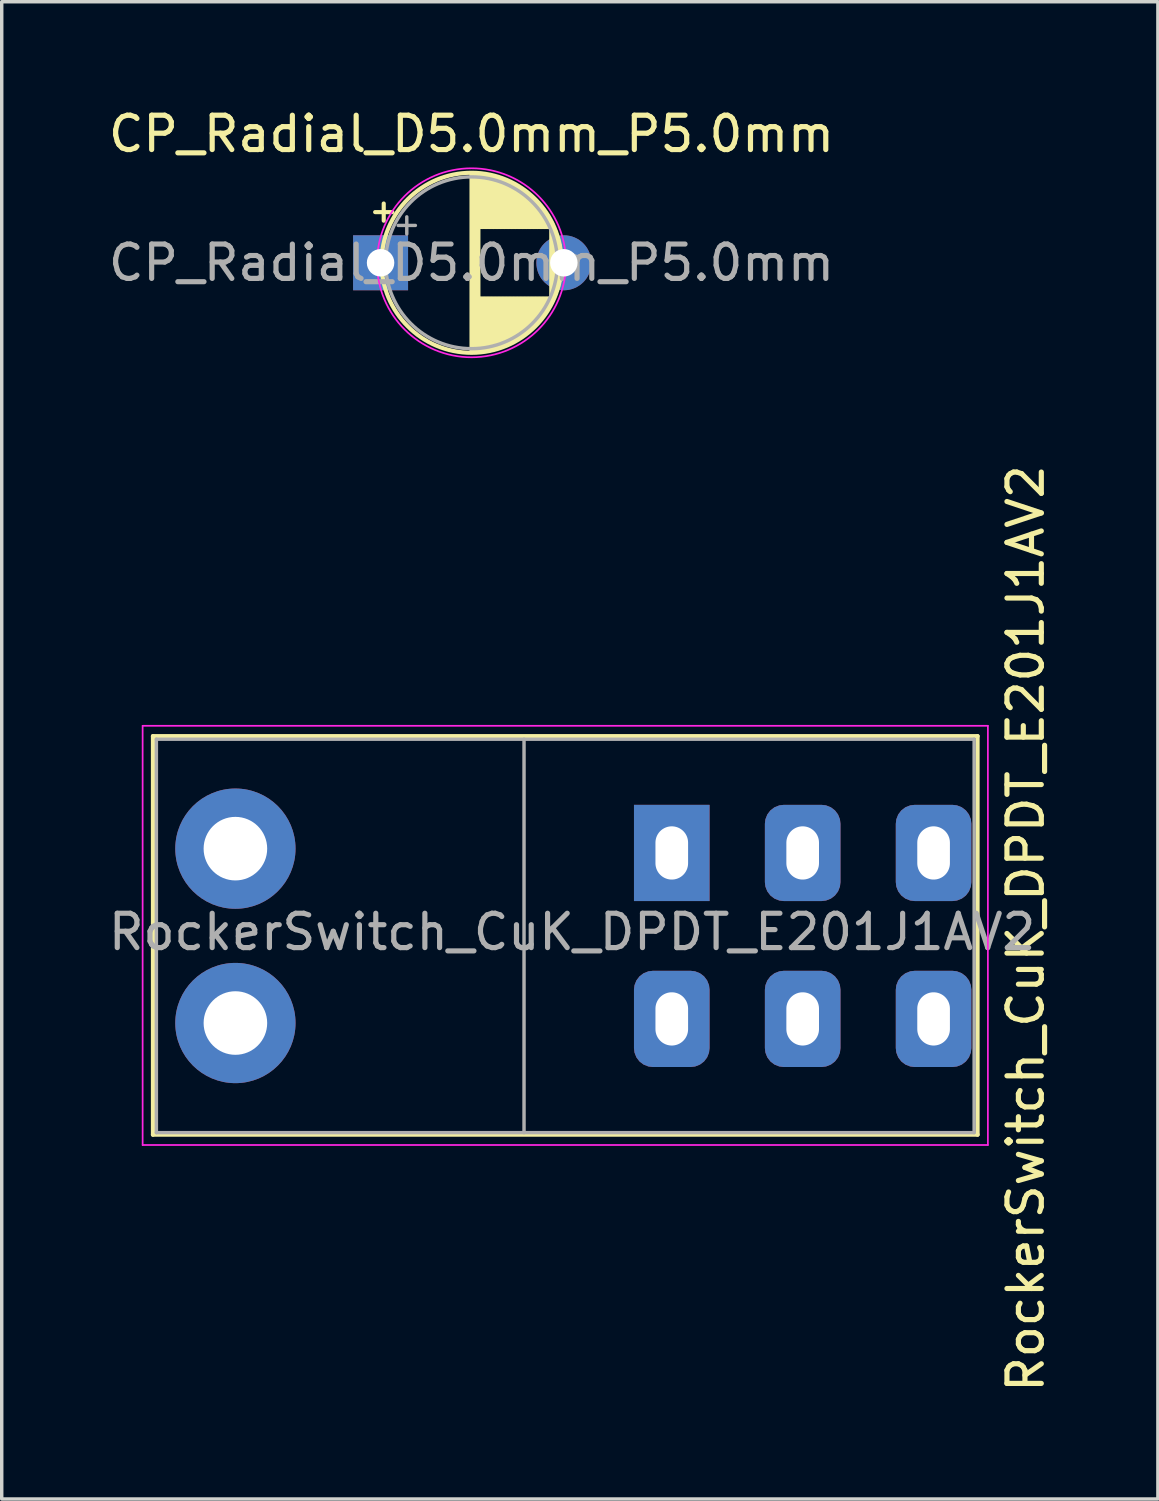
<source format=kicad_pcb>
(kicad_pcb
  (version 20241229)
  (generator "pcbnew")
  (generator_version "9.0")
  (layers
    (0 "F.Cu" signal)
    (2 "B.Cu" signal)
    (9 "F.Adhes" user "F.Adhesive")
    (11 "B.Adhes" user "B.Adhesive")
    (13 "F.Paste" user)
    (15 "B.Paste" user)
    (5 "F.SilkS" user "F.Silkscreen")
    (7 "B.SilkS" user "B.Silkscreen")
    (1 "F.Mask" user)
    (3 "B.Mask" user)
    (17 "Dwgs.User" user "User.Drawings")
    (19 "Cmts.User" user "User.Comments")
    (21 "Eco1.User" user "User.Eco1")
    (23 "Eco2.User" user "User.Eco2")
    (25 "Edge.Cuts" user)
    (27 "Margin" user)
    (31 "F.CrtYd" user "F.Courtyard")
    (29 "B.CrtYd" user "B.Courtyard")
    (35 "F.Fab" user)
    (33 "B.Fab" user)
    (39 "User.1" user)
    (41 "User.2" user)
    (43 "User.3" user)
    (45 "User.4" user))
  (footprint "CP_Radial_D5.0mm_P5.0mm"
    (layer "F.Cu")
    (at 8.053 4.598)
    (property "Reference" "CP_Radial_D5.0mm_P5.0mm" (at 2.62 -3.75 0) (layer "F.SilkS") (effects (font (size 1 1) (thickness 0.15))))
    (attr through_hole)
    (fp_line (start -0.185 -1.475) (end 0.315 -1.475) (stroke (width 0.12) (type solid)) (layer "F.SilkS"))
    (fp_line (start 0.065 -1.725) (end 0.065 -1.225) (stroke (width 0.12) (type solid)) (layer "F.SilkS"))
    (fp_line (start 2.62 -2.58) (end 2.62 2.58) (stroke (width 0.12) (type solid)) (layer "F.SilkS"))
    (fp_line (start 2.66 -2.58) (end 2.66 2.58) (stroke (width 0.12) (type solid)) (layer "F.SilkS"))
    (fp_line (start 2.7 -2.579) (end 2.7 2.579) (stroke (width 0.12) (type solid)) (layer "F.SilkS"))
    (fp_line (start 2.74 -2.578) (end 2.74 2.578) (stroke (width 0.12) (type solid)) (layer "F.SilkS"))
    (fp_line (start 2.78 -2.576) (end 2.78 2.576) (stroke (width 0.12) (type solid)) (layer "F.SilkS"))
    (fp_line (start 2.82 -2.573) (end 2.82 2.573) (stroke (width 0.12) (type solid)) (layer "F.SilkS"))
    (fp_line (start 2.86 -2.569) (end 2.86 -1.04) (stroke (width 0.12) (type solid)) (layer "F.SilkS"))
    (fp_line (start 2.86 1.04) (end 2.86 2.569) (stroke (width 0.12) (type solid)) (layer "F.SilkS"))
    (fp_line (start 2.9 -2.565) (end 2.9 -1.04) (stroke (width 0.12) (type solid)) (layer "F.SilkS"))
    (fp_line (start 2.9 1.04) (end 2.9 2.565) (stroke (width 0.12) (type solid)) (layer "F.SilkS"))
    (fp_line (start 2.94 -2.561) (end 2.94 -1.04) (stroke (width 0.12) (type solid)) (layer "F.SilkS"))
    (fp_line (start 2.94 1.04) (end 2.94 2.561) (stroke (width 0.12) (type solid)) (layer "F.SilkS"))
    (fp_line (start 2.98 -2.556) (end 2.98 -1.04) (stroke (width 0.12) (type solid)) (layer "F.SilkS"))
    (fp_line (start 2.98 1.04) (end 2.98 2.556) (stroke (width 0.12) (type solid)) (layer "F.SilkS"))
    (fp_line (start 3.02 -2.55) (end 3.02 -1.04) (stroke (width 0.12) (type solid)) (layer "F.SilkS"))
    (fp_line (start 3.02 1.04) (end 3.02 2.55) (stroke (width 0.12) (type solid)) (layer "F.SilkS"))
    (fp_line (start 3.06 -2.543) (end 3.06 -1.04) (stroke (width 0.12) (type solid)) (layer "F.SilkS"))
    (fp_line (start 3.06 1.04) (end 3.06 2.543) (stroke (width 0.12) (type solid)) (layer "F.SilkS"))
    (fp_line (start 3.1 -2.536) (end 3.1 -1.04) (stroke (width 0.12) (type solid)) (layer "F.SilkS"))
    (fp_line (start 3.1 1.04) (end 3.1 2.536) (stroke (width 0.12) (type solid)) (layer "F.SilkS"))
    (fp_line (start 3.14 -2.528) (end 3.14 -1.04) (stroke (width 0.12) (type solid)) (layer "F.SilkS"))
    (fp_line (start 3.14 1.04) (end 3.14 2.528) (stroke (width 0.12) (type solid)) (layer "F.SilkS"))
    (fp_line (start 3.18 -2.52) (end 3.18 -1.04) (stroke (width 0.12) (type solid)) (layer "F.SilkS"))
    (fp_line (start 3.18 1.04) (end 3.18 2.52) (stroke (width 0.12) (type solid)) (layer "F.SilkS"))
    (fp_line (start 3.22 -2.511) (end 3.22 -1.04) (stroke (width 0.12) (type solid)) (layer "F.SilkS"))
    (fp_line (start 3.22 1.04) (end 3.22 2.511) (stroke (width 0.12) (type solid)) (layer "F.SilkS"))
    (fp_line (start 3.26 -2.501) (end 3.26 -1.04) (stroke (width 0.12) (type solid)) (layer "F.SilkS"))
    (fp_line (start 3.26 1.04) (end 3.26 2.501) (stroke (width 0.12) (type solid)) (layer "F.SilkS"))
    (fp_line (start 3.3 -2.491) (end 3.3 -1.04) (stroke (width 0.12) (type solid)) (layer "F.SilkS"))
    (fp_line (start 3.3 1.04) (end 3.3 2.491) (stroke (width 0.12) (type solid)) (layer "F.SilkS"))
    (fp_line (start 3.341 -2.48) (end 3.341 -1.04) (stroke (width 0.12) (type solid)) (layer "F.SilkS"))
    (fp_line (start 3.341 1.04) (end 3.341 2.48) (stroke (width 0.12) (type solid)) (layer "F.SilkS"))
    (fp_line (start 3.381 -2.468) (end 3.381 -1.04) (stroke (width 0.12) (type solid)) (layer "F.SilkS"))
    (fp_line (start 3.381 1.04) (end 3.381 2.468) (stroke (width 0.12) (type solid)) (layer "F.SilkS"))
    (fp_line (start 3.421 -2.455) (end 3.421 -1.04) (stroke (width 0.12) (type solid)) (layer "F.SilkS"))
    (fp_line (start 3.421 1.04) (end 3.421 2.455) (stroke (width 0.12) (type solid)) (layer "F.SilkS"))
    (fp_line (start 3.461 -2.442) (end 3.461 -1.04) (stroke (width 0.12) (type solid)) (layer "F.SilkS"))
    (fp_line (start 3.461 1.04) (end 3.461 2.442) (stroke (width 0.12) (type solid)) (layer "F.SilkS"))
    (fp_line (start 3.501 -2.428) (end 3.501 -1.04) (stroke (width 0.12) (type solid)) (layer "F.SilkS"))
    (fp_line (start 3.501 1.04) (end 3.501 2.428) (stroke (width 0.12) (type solid)) (layer "F.SilkS"))
    (fp_line (start 3.541 -2.414) (end 3.541 -1.04) (stroke (width 0.12) (type solid)) (layer "F.SilkS"))
    (fp_line (start 3.541 1.04) (end 3.541 2.414) (stroke (width 0.12) (type solid)) (layer "F.SilkS"))
    (fp_line (start 3.581 -2.398) (end 3.581 -1.04) (stroke (width 0.12) (type solid)) (layer "F.SilkS"))
    (fp_line (start 3.581 1.04) (end 3.581 2.398) (stroke (width 0.12) (type solid)) (layer "F.SilkS"))
    (fp_line (start 3.621 -2.382) (end 3.621 -1.04) (stroke (width 0.12) (type solid)) (layer "F.SilkS"))
    (fp_line (start 3.621 1.04) (end 3.621 2.382) (stroke (width 0.12) (type solid)) (layer "F.SilkS"))
    (fp_line (start 3.661 -2.365) (end 3.661 -1.04) (stroke (width 0.12) (type solid)) (layer "F.SilkS"))
    (fp_line (start 3.661 1.04) (end 3.661 2.365) (stroke (width 0.12) (type solid)) (layer "F.SilkS"))
    (fp_line (start 3.701 -2.348) (end 3.701 -1.04) (stroke (width 0.12) (type solid)) (layer "F.SilkS"))
    (fp_line (start 3.701 1.04) (end 3.701 2.348) (stroke (width 0.12) (type solid)) (layer "F.SilkS"))
    (fp_line (start 3.741 -2.329) (end 3.741 -1.04) (stroke (width 0.12) (type solid)) (layer "F.SilkS"))
    (fp_line (start 3.741 1.04) (end 3.741 2.329) (stroke (width 0.12) (type solid)) (layer "F.SilkS"))
    (fp_line (start 3.781 -2.31) (end 3.781 -1.04) (stroke (width 0.12) (type solid)) (layer "F.SilkS"))
    (fp_line (start 3.781 1.04) (end 3.781 2.31) (stroke (width 0.12) (type solid)) (layer "F.SilkS"))
    (fp_line (start 3.821 -2.29) (end 3.821 -1.04) (stroke (width 0.12) (type solid)) (layer "F.SilkS"))
    (fp_line (start 3.821 1.04) (end 3.821 2.29) (stroke (width 0.12) (type solid)) (layer "F.SilkS"))
    (fp_line (start 3.861 -2.268) (end 3.861 -1.04) (stroke (width 0.12) (type solid)) (layer "F.SilkS"))
    (fp_line (start 3.861 1.04) (end 3.861 2.268) (stroke (width 0.12) (type solid)) (layer "F.SilkS"))
    (fp_line (start 3.901 -2.247) (end 3.901 -1.04) (stroke (width 0.12) (type solid)) (layer "F.SilkS"))
    (fp_line (start 3.901 1.04) (end 3.901 2.247) (stroke (width 0.12) (type solid)) (layer "F.SilkS"))
    (fp_line (start 3.941 -2.224) (end 3.941 -1.04) (stroke (width 0.12) (type solid)) (layer "F.SilkS"))
    (fp_line (start 3.941 1.04) (end 3.941 2.224) (stroke (width 0.12) (type solid)) (layer "F.SilkS"))
    (fp_line (start 3.981 -2.2) (end 3.981 -1.04) (stroke (width 0.12) (type solid)) (layer "F.SilkS"))
    (fp_line (start 3.981 1.04) (end 3.981 2.2) (stroke (width 0.12) (type solid)) (layer "F.SilkS"))
    (fp_line (start 4.021 -2.175) (end 4.021 -1.04) (stroke (width 0.12) (type solid)) (layer "F.SilkS"))
    (fp_line (start 4.021 1.04) (end 4.021 2.175) (stroke (width 0.12) (type solid)) (layer "F.SilkS"))
    (fp_line (start 4.061 -2.149) (end 4.061 -1.04) (stroke (width 0.12) (type solid)) (layer "F.SilkS"))
    (fp_line (start 4.061 1.04) (end 4.061 2.149) (stroke (width 0.12) (type solid)) (layer "F.SilkS"))
    (fp_line (start 4.101 -2.122) (end 4.101 -1.04) (stroke (width 0.12) (type solid)) (layer "F.SilkS"))
    (fp_line (start 4.101 1.04) (end 4.101 2.122) (stroke (width 0.12) (type solid)) (layer "F.SilkS"))
    (fp_line (start 4.141 -2.095) (end 4.141 -1.04) (stroke (width 0.12) (type solid)) (layer "F.SilkS"))
    (fp_line (start 4.141 1.04) (end 4.141 2.095) (stroke (width 0.12) (type solid)) (layer "F.SilkS"))
    (fp_line (start 4.181 -2.065) (end 4.181 -1.04) (stroke (width 0.12) (type solid)) (layer "F.SilkS"))
    (fp_line (start 4.181 1.04) (end 4.181 2.065) (stroke (width 0.12) (type solid)) (layer "F.SilkS"))
    (fp_line (start 4.221 -2.035) (end 4.221 -1.04) (stroke (width 0.12) (type solid)) (layer "F.SilkS"))
    (fp_line (start 4.221 1.04) (end 4.221 2.035) (stroke (width 0.12) (type solid)) (layer "F.SilkS"))
    (fp_line (start 4.261 -2.004) (end 4.261 -1.04) (stroke (width 0.12) (type solid)) (layer "F.SilkS"))
    (fp_line (start 4.261 1.04) (end 4.261 2.004) (stroke (width 0.12) (type solid)) (layer "F.SilkS"))
    (fp_line (start 4.301 -1.971) (end 4.301 -1.04) (stroke (width 0.12) (type solid)) (layer "F.SilkS"))
    (fp_line (start 4.301 1.04) (end 4.301 1.971) (stroke (width 0.12) (type solid)) (layer "F.SilkS"))
    (fp_line (start 4.341 -1.937) (end 4.341 -1.04) (stroke (width 0.12) (type solid)) (layer "F.SilkS"))
    (fp_line (start 4.341 1.04) (end 4.341 1.937) (stroke (width 0.12) (type solid)) (layer "F.SilkS"))
    (fp_line (start 4.381 -1.901) (end 4.381 -1.04) (stroke (width 0.12) (type solid)) (layer "F.SilkS"))
    (fp_line (start 4.381 1.04) (end 4.381 1.901) (stroke (width 0.12) (type solid)) (layer "F.SilkS"))
    (fp_line (start 4.421 -1.864) (end 4.421 -1.04) (stroke (width 0.12) (type solid)) (layer "F.SilkS"))
    (fp_line (start 4.421 1.04) (end 4.421 1.864) (stroke (width 0.12) (type solid)) (layer "F.SilkS"))
    (fp_line (start 4.461 -1.826) (end 4.461 -1.04) (stroke (width 0.12) (type solid)) (layer "F.SilkS"))
    (fp_line (start 4.461 1.04) (end 4.461 1.826) (stroke (width 0.12) (type solid)) (layer "F.SilkS"))
    (fp_line (start 4.501 -1.785) (end 4.501 -1.04) (stroke (width 0.12) (type solid)) (layer "F.SilkS"))
    (fp_line (start 4.501 1.04) (end 4.501 1.785) (stroke (width 0.12) (type solid)) (layer "F.SilkS"))
    (fp_line (start 4.541 -1.743) (end 4.541 -1.04) (stroke (width 0.12) (type solid)) (layer "F.SilkS"))
    (fp_line (start 4.541 1.04) (end 4.541 1.743) (stroke (width 0.12) (type solid)) (layer "F.SilkS"))
    (fp_line (start 4.581 -1.699) (end 4.581 -1.04) (stroke (width 0.12) (type solid)) (layer "F.SilkS"))
    (fp_line (start 4.581 1.04) (end 4.581 1.699) (stroke (width 0.12) (type solid)) (layer "F.SilkS"))
    (fp_line (start 4.621 -1.653) (end 4.621 -1.04) (stroke (width 0.12) (type solid)) (layer "F.SilkS"))
    (fp_line (start 4.621 1.04) (end 4.621 1.653) (stroke (width 0.12) (type solid)) (layer "F.SilkS"))
    (fp_line (start 4.661 -1.605) (end 4.661 -1.04) (stroke (width 0.12) (type solid)) (layer "F.SilkS"))
    (fp_line (start 4.661 1.04) (end 4.661 1.605) (stroke (width 0.12) (type solid)) (layer "F.SilkS"))
    (fp_line (start 4.701 -1.554) (end 4.701 -1.04) (stroke (width 0.12) (type solid)) (layer "F.SilkS"))
    (fp_line (start 4.701 1.04) (end 4.701 1.554) (stroke (width 0.12) (type solid)) (layer "F.SilkS"))
    (fp_line (start 4.741 -1.5) (end 4.741 -1.04) (stroke (width 0.12) (type solid)) (layer "F.SilkS"))
    (fp_line (start 4.741 1.04) (end 4.741 1.5) (stroke (width 0.12) (type solid)) (layer "F.SilkS"))
    (fp_line (start 4.781 -1.443) (end 4.781 -1.04) (stroke (width 0.12) (type solid)) (layer "F.SilkS"))
    (fp_line (start 4.781 1.04) (end 4.781 1.443) (stroke (width 0.12) (type solid)) (layer "F.SilkS"))
    (fp_line (start 4.821 -1.383) (end 4.821 -1.04) (stroke (width 0.12) (type solid)) (layer "F.SilkS"))
    (fp_line (start 4.821 1.04) (end 4.821 1.383) (stroke (width 0.12) (type solid)) (layer "F.SilkS"))
    (fp_line (start 4.861 -1.319) (end 4.861 -1.04) (stroke (width 0.12) (type solid)) (layer "F.SilkS"))
    (fp_line (start 4.861 1.04) (end 4.861 1.319) (stroke (width 0.12) (type solid)) (layer "F.SilkS"))
    (fp_line (start 4.901 -1.251) (end 4.901 -1.04) (stroke (width 0.12) (type solid)) (layer "F.SilkS"))
    (fp_line (start 4.901 1.04) (end 4.901 1.251) (stroke (width 0.12) (type solid)) (layer "F.SilkS"))
    (fp_line (start 4.941 -1.178) (end 4.941 1.178) (stroke (width 0.12) (type solid)) (layer "F.SilkS"))
    (fp_line (start 4.981 -1.098) (end 4.981 1.098) (stroke (width 0.12) (type solid)) (layer "F.SilkS"))
    (fp_line (start 5.021 -1.011) (end 5.021 1.011) (stroke (width 0.12) (type solid)) (layer "F.SilkS"))
    (fp_line (start 5.061 -0.915) (end 5.061 0.915) (stroke (width 0.12) (type solid)) (layer "F.SilkS"))
    (fp_line (start 5.101 -0.805) (end 5.101 0.805) (stroke (width 0.12) (type solid)) (layer "F.SilkS"))
    (fp_line (start 5.141 -0.677) (end 5.141 0.677) (stroke (width 0.12) (type solid)) (layer "F.SilkS"))
    (fp_line (start 5.181 -0.518) (end 5.181 0.518) (stroke (width 0.12) (type solid)) (layer "F.SilkS"))
    (fp_line (start 5.221 -0.284) (end 5.221 0.284) (stroke (width 0.12) (type solid)) (layer "F.SilkS"))
    (fp_circle (center 2.62 0) (end 5.24 0) (stroke (width 0.12) (type solid)) (fill no) (layer "F.SilkS"))
    (fp_circle (center 2.62 0) (end 5.37 0) (stroke (width 0.05) (type solid)) (fill no) (layer "F.CrtYd"))
    (fp_line (start 0.486 -1.087) (end 0.986 -1.087) (stroke (width 0.1) (type solid)) (layer "F.Fab"))
    (fp_line (start 0.736 -1.337) (end 0.736 -0.838) (stroke (width 0.1) (type solid)) (layer "F.Fab"))
    (fp_circle (center 2.62 0) (end 5.12 0) (stroke (width 0.1) (type solid)) (fill no) (layer "F.Fab"))
    (fp_text user "${REFERENCE}" (at 2.62 0 0) (layer "F.Fab") (effects (font (size 1 1) (thickness 0.15))))
    (pad "1" thru_hole rect (at -0.027 0) (size 1.6 1.6) (drill 0.8) (layers "*.Cu" "*.Mask"))
    (pad "2" thru_hole circle (at 5.307 0) (size 1.6 1.6) (drill 0.8) (layers "*.Cu" "*.Mask")))
  (footprint "RockerSwitch_CuK_DPDT_E201J1AV2"
    (layer "F.Cu")
    (at 16.501 21.774)
    (property "Reference" "RockerSwitch_CuK_DPDT_E201J1AV2" (at 10.3 2.2 90) (layer "F.SilkS") (effects (font (size 1 1) (thickness 0.15))))
    (attr through_hole)
    (fp_line (start -15.1 -3.4) (end 8.9 -3.4) (stroke (width 0.12) (type solid)) (layer "F.SilkS"))
    (fp_line (start -15.1 8.2) (end -15.1 -3.4) (stroke (width 0.12) (type solid)) (layer "F.SilkS"))
    (fp_line (start 8.9 -3.4) (end 8.9 8.2) (stroke (width 0.12) (type solid)) (layer "F.SilkS"))
    (fp_line (start 8.9 8.2) (end -15.1 8.2) (stroke (width 0.12) (type solid)) (layer "F.SilkS"))
    (fp_line (start -15.4 -3.7) (end 9.2 -3.7) (stroke (width 0.05) (type solid)) (layer "F.CrtYd"))
    (fp_line (start -15.4 8.5) (end -15.4 -3.7) (stroke (width 0.05) (type solid)) (layer "F.CrtYd"))
    (fp_line (start 9.2 -3.7) (end 9.2 8.5) (stroke (width 0.05) (type solid)) (layer "F.CrtYd"))
    (fp_line (start 9.2 8.5) (end -15.4 8.5) (stroke (width 0.05) (type solid)) (layer "F.CrtYd"))
    (fp_line (start -15 -3.31) (end -15 8.14) (stroke (width 0.1) (type solid)) (layer "F.Fab"))
    (fp_line (start -15 -3.31) (end 8.8 -3.31) (stroke (width 0.1) (type solid)) (layer "F.Fab"))
    (fp_line (start -15 8.14) (end 8.8 8.14) (stroke (width 0.1) (type solid)) (layer "F.Fab"))
    (fp_line (start -4.3 -3.31) (end -4.3 8.14) (stroke (width 0.1) (type solid)) (layer "F.Fab"))
    (fp_line (start 8.8 -3.31) (end 8.8 8.14) (stroke (width 0.1) (type solid)) (layer "F.Fab"))
    (fp_text user "${REFERENCE}" (at -2.9 2.3 0) (layer "F.Fab") (effects (font (size 1 1) (thickness 0.15))))
    (pad "" thru_hole circle (at -12.7 -0.125) (size 3.5 3.5) (drill 1.85) (layers "*.Cu" "*.Mask"))
    (pad "" thru_hole circle (at -12.7 4.95) (size 3.5 3.5) (drill 1.85) (layers "*.Cu" "*.Mask"))
    (pad "1" thru_hole rect (at 0 0) (size 2.2 2.8) (drill oval 0.95 1.55) (layers "*.Cu" "*.Mask"))
    (pad "2" thru_hole roundrect (at 3.81 0) (size 2.2 2.8) (drill oval 0.95 1.55) (layers "*.Cu" "*.Mask") (roundrect_rratio 0.25))
    (pad "3" thru_hole roundrect (at 7.62 0) (size 2.2 2.8) (drill oval 0.95 1.55) (layers "*.Cu" "*.Mask") (roundrect_rratio 0.25))
    (pad "4" thru_hole roundrect (at 0 4.83) (size 2.2 2.8) (drill oval 0.95 1.55) (layers "*.Cu" "*.Mask") (roundrect_rratio 0.25))
    (pad "5" thru_hole roundrect (at 3.81 4.83) (size 2.2 2.8) (drill oval 0.95 1.55) (layers "*.Cu" "*.Mask") (roundrect_rratio 0.25))
    (pad "6" thru_hole roundrect (at 7.62 4.83) (size 2.2 2.8) (drill oval 0.95 1.55) (layers "*.Cu" "*.Mask") (roundrect_rratio 0.25)))
  (gr_rect
    (start -3 -3)
    (end 30.649 40.576)
    (stroke (width 0.1) (type default))
    (fill no)
    (layer "Edge.Cuts")))
</source>
